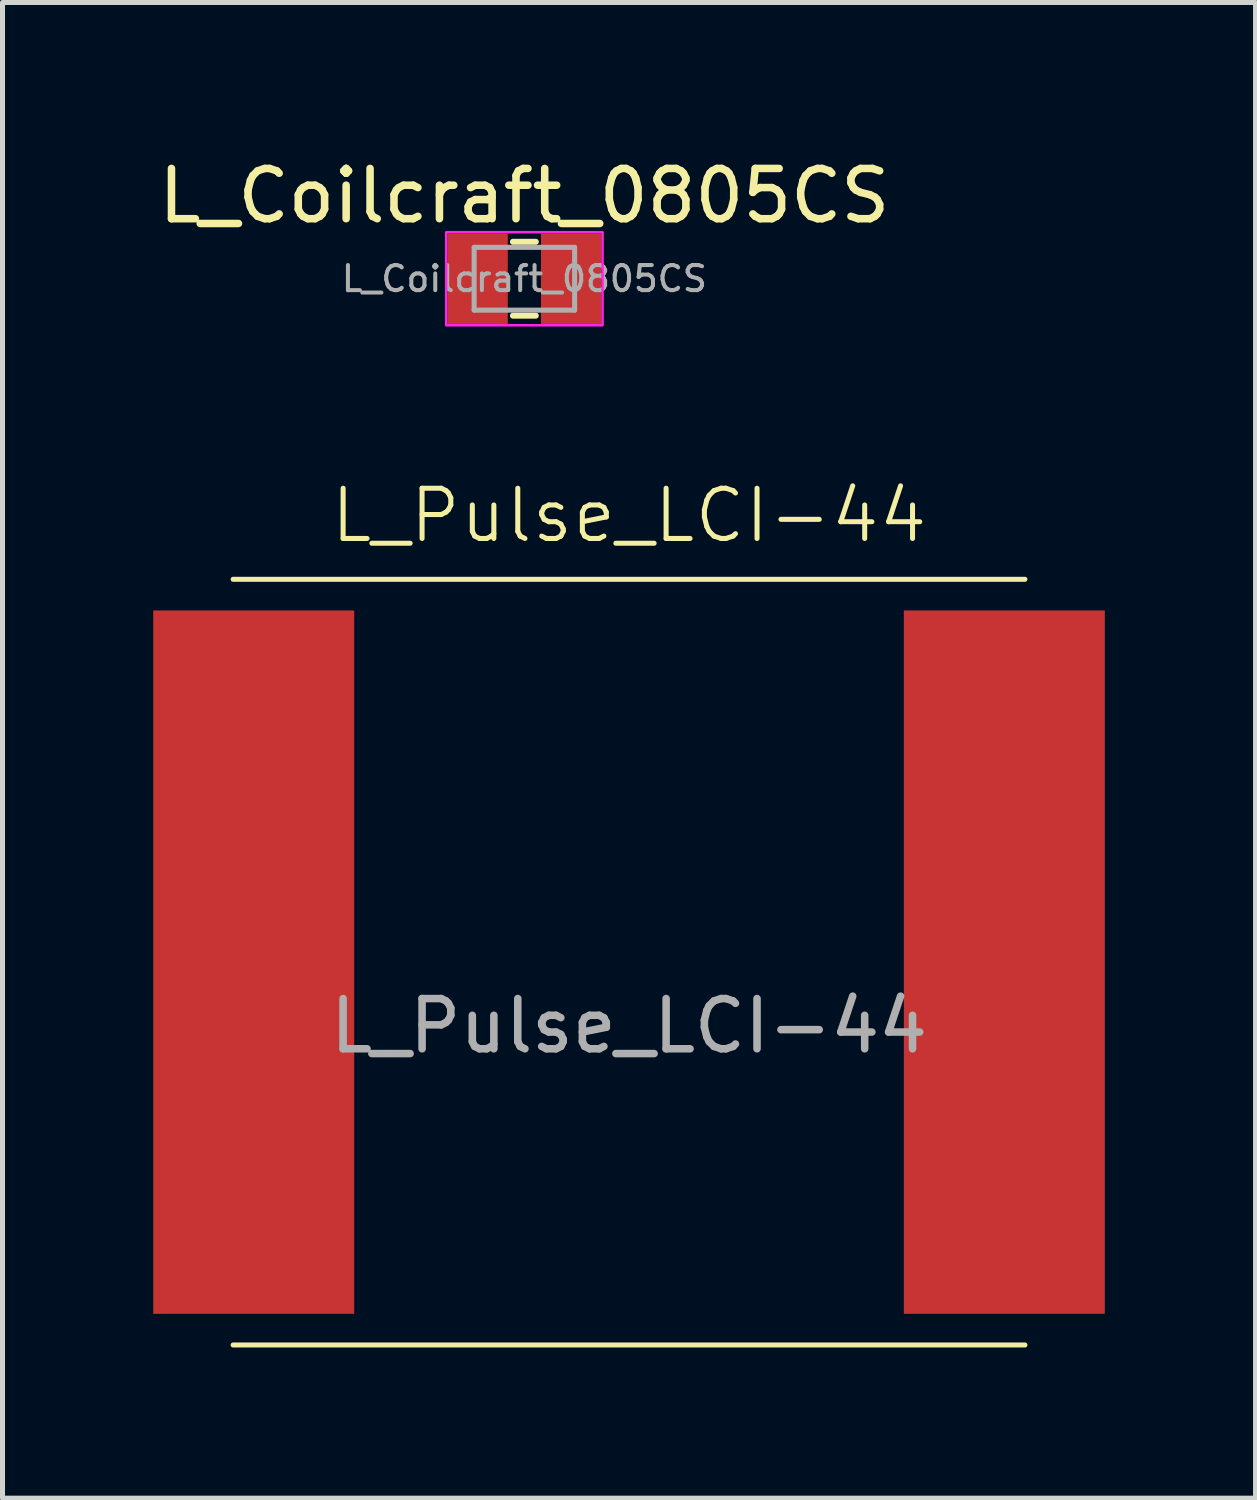
<source format=kicad_pcb>
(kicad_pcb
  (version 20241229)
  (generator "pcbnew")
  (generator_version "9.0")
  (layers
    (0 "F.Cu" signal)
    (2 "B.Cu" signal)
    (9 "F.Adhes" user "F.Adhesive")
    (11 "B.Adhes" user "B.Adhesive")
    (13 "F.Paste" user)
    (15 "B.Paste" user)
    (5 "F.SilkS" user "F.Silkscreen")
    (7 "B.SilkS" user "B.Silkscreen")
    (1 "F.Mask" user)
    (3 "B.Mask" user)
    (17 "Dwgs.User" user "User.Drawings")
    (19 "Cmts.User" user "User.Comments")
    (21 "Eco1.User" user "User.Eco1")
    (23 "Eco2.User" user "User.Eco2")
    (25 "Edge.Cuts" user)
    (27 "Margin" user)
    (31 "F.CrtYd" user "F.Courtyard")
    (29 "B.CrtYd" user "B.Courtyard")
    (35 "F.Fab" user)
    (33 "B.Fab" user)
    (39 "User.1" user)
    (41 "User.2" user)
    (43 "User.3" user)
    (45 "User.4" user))
  (footprint "L_Coilcraft_0805CS"
    (layer "F.Cu")
    (at 7.387 2.498)
    (property "Reference" "L_Coilcraft_0805CS" (at 0 -1.65 0) (layer "F.SilkS") (effects (font (size 1 1) (thickness 0.15))))
    (attr smd)
    (fp_line (start -0.227 -0.735) (end 0.227 -0.735) (stroke (width 0.12) (type solid)) (layer "F.SilkS"))
    (fp_line (start -0.227 0.735) (end 0.227 0.735) (stroke (width 0.12) (type solid)) (layer "F.SilkS"))
    (fp_rect (start -1.556 -0.926) (end 1.556 0.926) (stroke (width 0.05) (type default)) (fill no) (layer "F.CrtYd"))
    (fp_line (start -1 -0.625) (end 1 -0.625) (stroke (width 0.1) (type solid)) (layer "F.Fab"))
    (fp_line (start -1 0.625) (end -1 -0.625) (stroke (width 0.1) (type solid)) (layer "F.Fab"))
    (fp_line (start 1 -0.625) (end 1 0.625) (stroke (width 0.1) (type solid)) (layer "F.Fab"))
    (fp_line (start 1 0.625) (end -1 0.625) (stroke (width 0.1) (type solid)) (layer "F.Fab"))
    (fp_text user "${REFERENCE}" (at 0 0 0) (layer "F.Fab") (effects (font (size 0.5 0.5) (thickness 0.08))))
    (pad "1" smd rect (at -0.93 0) (size 1.2 1.8) (layers "F.Cu" "F.Mask" "F.Paste"))
    (pad "2" smd rect (at 0.93 0) (size 1.2 1.8) (layers "F.Cu" "F.Mask" "F.Paste")))
  (footprint "L_Pulse_LCI-44"
    (layer "F.Cu")
    (at 9.47 16.1)
    (property "Reference" "L_Pulse_LCI-44" (at 0 -8.89 0) (unlocked yes) (layer "F.SilkS") (effects (font (size 1 1) (thickness 0.1))))
    (attr smd)
    (fp_line (start -7.88 -7.62) (end 7.88 -7.62) (stroke (width 0.1) (type default)) (layer "F.SilkS"))
    (fp_line (start -7.88 7.62) (end 7.88 7.62) (stroke (width 0.1) (type default)) (layer "F.SilkS"))
    (fp_text user "${REFERENCE}" (at 0 1.27 0) (unlocked yes) (layer "F.Fab") (effects (font (size 1 1) (thickness 0.15))))
    (pad "1" smd rect (at -6.47 0 180) (size 4 14) (drill oval (offset 1 0)) (layers "F.Cu" "F.Mask" "F.Paste"))
    (pad "2" smd rect (at 6.47 0 180) (size 4 14) (drill oval (offset -1 0)) (layers "F.Cu" "F.Mask" "F.Paste")))
  (gr_rect
    (start -3 -3)
    (end 21.94 26.77)
    (stroke (width 0.1) (type default))
    (fill no)
    (layer "Edge.Cuts")))
</source>
